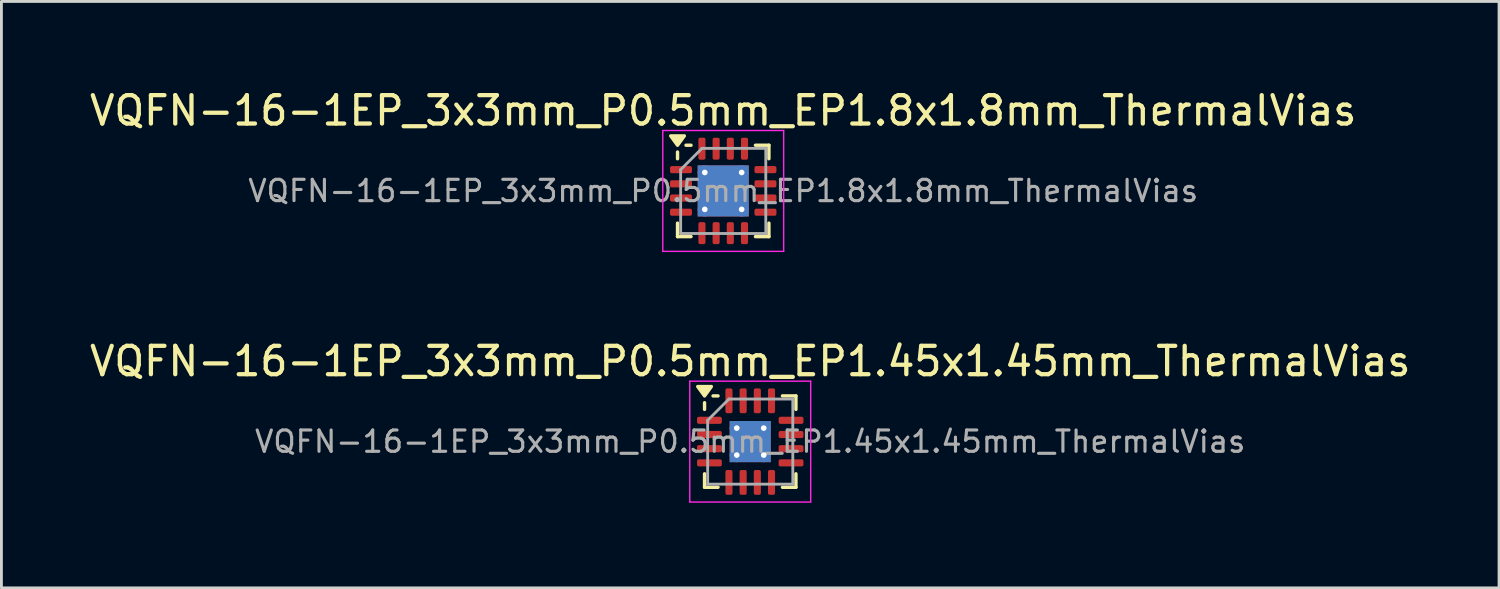
<source format=kicad_pcb>
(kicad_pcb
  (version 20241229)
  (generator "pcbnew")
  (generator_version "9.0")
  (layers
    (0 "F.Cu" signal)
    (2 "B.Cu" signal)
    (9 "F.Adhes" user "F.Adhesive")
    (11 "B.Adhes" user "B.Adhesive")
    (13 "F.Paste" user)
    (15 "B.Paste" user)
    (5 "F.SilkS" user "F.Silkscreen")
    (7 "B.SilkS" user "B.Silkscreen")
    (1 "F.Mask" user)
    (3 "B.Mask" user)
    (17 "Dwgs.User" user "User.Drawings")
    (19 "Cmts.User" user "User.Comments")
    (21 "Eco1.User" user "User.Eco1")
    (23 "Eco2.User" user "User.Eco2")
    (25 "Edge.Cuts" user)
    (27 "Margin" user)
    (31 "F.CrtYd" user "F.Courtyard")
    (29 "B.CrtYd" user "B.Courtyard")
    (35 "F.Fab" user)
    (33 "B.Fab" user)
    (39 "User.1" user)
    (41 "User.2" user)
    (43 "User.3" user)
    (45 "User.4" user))
  (footprint "VQFN-16-1EP_3x3mm_P0.5mm_EP1.45x1.45mm_ThermalVias"
    (layer "F.Cu")
    (at 23.387 12.511)
    (property "Reference" "VQFN-16-1EP_3x3mm_P0.5mm_EP1.45x1.45mm_ThermalVias" (at 0 -2.83 0) (layer "F.SilkS") (effects (font (size 1 1) (thickness 0.15))))
    (attr smd)
    (fp_line (start -1.61 -1.135) (end -1.61 -1.37) (stroke (width 0.12) (type solid)) (layer "F.SilkS"))
    (fp_line (start -1.61 1.61) (end -1.61 1.135) (stroke (width 0.12) (type solid)) (layer "F.SilkS"))
    (fp_line (start -1.135 -1.61) (end -1.31 -1.61) (stroke (width 0.12) (type solid)) (layer "F.SilkS"))
    (fp_line (start -1.135 1.61) (end -1.61 1.61) (stroke (width 0.12) (type solid)) (layer "F.SilkS"))
    (fp_line (start 1.135 -1.61) (end 1.61 -1.61) (stroke (width 0.12) (type solid)) (layer "F.SilkS"))
    (fp_line (start 1.135 1.61) (end 1.61 1.61) (stroke (width 0.12) (type solid)) (layer "F.SilkS"))
    (fp_line (start 1.61 -1.61) (end 1.61 -1.135) (stroke (width 0.12) (type solid)) (layer "F.SilkS"))
    (fp_line (start 1.61 1.61) (end 1.61 1.135) (stroke (width 0.12) (type solid)) (layer "F.SilkS"))
    (fp_poly (pts (xy -1.61 -1.61) (xy -1.85 -1.94) (xy -1.37 -1.94) (xy -1.61 -1.61)) (stroke (width 0.12) (type solid)) (fill yes) (layer "F.SilkS"))
    (fp_line (start -2.13 -2.13) (end -2.13 2.13) (stroke (width 0.05) (type solid)) (layer "F.CrtYd"))
    (fp_line (start -2.13 2.13) (end 2.13 2.13) (stroke (width 0.05) (type solid)) (layer "F.CrtYd"))
    (fp_line (start 2.13 -2.13) (end -2.13 -2.13) (stroke (width 0.05) (type solid)) (layer "F.CrtYd"))
    (fp_line (start 2.13 2.13) (end 2.13 -2.13) (stroke (width 0.05) (type solid)) (layer "F.CrtYd"))
    (fp_line (start -1.5 -0.75) (end -0.75 -1.5) (stroke (width 0.1) (type solid)) (layer "F.Fab"))
    (fp_line (start -1.5 1.5) (end -1.5 -0.75) (stroke (width 0.1) (type solid)) (layer "F.Fab"))
    (fp_line (start -0.75 -1.5) (end 1.5 -1.5) (stroke (width 0.1) (type solid)) (layer "F.Fab"))
    (fp_line (start 1.5 -1.5) (end 1.5 1.5) (stroke (width 0.1) (type solid)) (layer "F.Fab"))
    (fp_line (start 1.5 1.5) (end -1.5 1.5) (stroke (width 0.1) (type solid)) (layer "F.Fab"))
    (fp_text user "${REFERENCE}" (at 0 0 0) (layer "F.Fab") (effects (font (size 0.75 0.75) (thickness 0.11))))
    (pad "" smd roundrect (at -0.41 -0.41) (size 0.63 0.63) (layers "F.Paste") (roundrect_rratio 0.25))
    (pad "" smd roundrect (at -0.41 0.41) (size 0.63 0.63) (layers "F.Paste") (roundrect_rratio 0.25))
    (pad "" smd roundrect (at 0.41 -0.41) (size 0.63 0.63) (layers "F.Paste") (roundrect_rratio 0.25))
    (pad "" smd roundrect (at 0.41 0.4) (size 0.63 0.63) (layers "F.Paste") (roundrect_rratio 0.25))
    (pad "1" smd roundrect (at -1.438 -0.75) (size 0.875 0.25) (layers "F.Cu" "F.Mask" "F.Paste") (roundrect_rratio 0.25))
    (pad "2" smd roundrect (at -1.438 -0.25) (size 0.875 0.25) (layers "F.Cu" "F.Mask" "F.Paste") (roundrect_rratio 0.25))
    (pad "3" smd roundrect (at -1.438 0.25) (size 0.875 0.25) (layers "F.Cu" "F.Mask" "F.Paste") (roundrect_rratio 0.25))
    (pad "4" smd roundrect (at -1.438 0.75) (size 0.875 0.25) (layers "F.Cu" "F.Mask" "F.Paste") (roundrect_rratio 0.25))
    (pad "5" smd roundrect (at -0.75 1.438) (size 0.25 0.875) (layers "F.Cu" "F.Mask" "F.Paste") (roundrect_rratio 0.25))
    (pad "6" smd roundrect (at -0.25 1.438) (size 0.25 0.875) (layers "F.Cu" "F.Mask" "F.Paste") (roundrect_rratio 0.25))
    (pad "7" smd roundrect (at 0.25 1.438) (size 0.25 0.875) (layers "F.Cu" "F.Mask" "F.Paste") (roundrect_rratio 0.25))
    (pad "8" smd roundrect (at 0.75 1.438) (size 0.25 0.875) (layers "F.Cu" "F.Mask" "F.Paste") (roundrect_rratio 0.25))
    (pad "9" smd roundrect (at 1.438 0.75) (size 0.875 0.25) (layers "F.Cu" "F.Mask" "F.Paste") (roundrect_rratio 0.25))
    (pad "10" smd roundrect (at 1.438 0.25) (size 0.875 0.25) (layers "F.Cu" "F.Mask" "F.Paste") (roundrect_rratio 0.25))
    (pad "11" smd roundrect (at 1.438 -0.25) (size 0.875 0.25) (layers "F.Cu" "F.Mask" "F.Paste") (roundrect_rratio 0.25))
    (pad "12" smd roundrect (at 1.438 -0.75) (size 0.875 0.25) (layers "F.Cu" "F.Mask" "F.Paste") (roundrect_rratio 0.25))
    (pad "13" smd roundrect (at 0.75 -1.438) (size 0.25 0.875) (layers "F.Cu" "F.Mask" "F.Paste") (roundrect_rratio 0.25))
    (pad "14" smd roundrect (at 0.25 -1.438) (size 0.25 0.875) (layers "F.Cu" "F.Mask" "F.Paste") (roundrect_rratio 0.25))
    (pad "15" smd roundrect (at -0.25 -1.438) (size 0.25 0.875) (layers "F.Cu" "F.Mask" "F.Paste") (roundrect_rratio 0.25))
    (pad "16" smd roundrect (at -0.75 -1.438) (size 0.25 0.875) (layers "F.Cu" "F.Mask" "F.Paste") (roundrect_rratio 0.25))
    (pad "17" thru_hole circle (at -0.475 -0.475) (size 0.5 0.5) (drill 0.2) (property pad_prop_heatsink) (layers "*.Cu"))
    (pad "17" thru_hole circle (at -0.475 0.475) (size 0.5 0.5) (drill 0.2) (property pad_prop_heatsink) (layers "*.Cu"))
    (pad "17" smd rect (at 0 0) (size 1.45 1.45) (property pad_prop_heatsink) (layers "F.Cu" "F.Mask"))
    (pad "17" smd rect (at 0 0) (size 1.45 1.45) (property pad_prop_heatsink) (layers "B.Cu"))
    (pad "17" thru_hole circle (at 0.475 -0.475) (size 0.5 0.5) (drill 0.2) (property pad_prop_heatsink) (layers "*.Cu"))
    (pad "17" thru_hole circle (at 0.475 0.475) (size 0.5 0.5) (drill 0.2) (property pad_prop_heatsink) (layers "*.Cu")))
  (footprint "VQFN-16-1EP_3x3mm_P0.5mm_EP1.8x1.8mm_ThermalVias"
    (layer "F.Cu")
    (at 22.435 3.678)
    (property "Reference" "VQFN-16-1EP_3x3mm_P0.5mm_EP1.8x1.8mm_ThermalVias" (at 0 -2.83 0) (layer "F.SilkS") (effects (font (size 1 1) (thickness 0.15))))
    (attr smd)
    (fp_line (start -1.61 -1.135) (end -1.61 -1.37) (stroke (width 0.12) (type solid)) (layer "F.SilkS"))
    (fp_line (start -1.61 1.61) (end -1.61 1.135) (stroke (width 0.12) (type solid)) (layer "F.SilkS"))
    (fp_line (start -1.135 -1.61) (end -1.31 -1.61) (stroke (width 0.12) (type solid)) (layer "F.SilkS"))
    (fp_line (start -1.135 1.61) (end -1.61 1.61) (stroke (width 0.12) (type solid)) (layer "F.SilkS"))
    (fp_line (start 1.135 -1.61) (end 1.61 -1.61) (stroke (width 0.12) (type solid)) (layer "F.SilkS"))
    (fp_line (start 1.135 1.61) (end 1.61 1.61) (stroke (width 0.12) (type solid)) (layer "F.SilkS"))
    (fp_line (start 1.61 -1.61) (end 1.61 -1.135) (stroke (width 0.12) (type solid)) (layer "F.SilkS"))
    (fp_line (start 1.61 1.61) (end 1.61 1.135) (stroke (width 0.12) (type solid)) (layer "F.SilkS"))
    (fp_poly (pts (xy -1.61 -1.61) (xy -1.85 -1.94) (xy -1.37 -1.94) (xy -1.61 -1.61)) (stroke (width 0.12) (type solid)) (fill yes) (layer "F.SilkS"))
    (fp_line (start -2.13 -2.13) (end -2.13 2.13) (stroke (width 0.05) (type solid)) (layer "F.CrtYd"))
    (fp_line (start -2.13 2.13) (end 2.13 2.13) (stroke (width 0.05) (type solid)) (layer "F.CrtYd"))
    (fp_line (start 2.13 -2.13) (end -2.13 -2.13) (stroke (width 0.05) (type solid)) (layer "F.CrtYd"))
    (fp_line (start 2.13 2.13) (end 2.13 -2.13) (stroke (width 0.05) (type solid)) (layer "F.CrtYd"))
    (fp_line (start -1.5 -0.75) (end -0.75 -1.5) (stroke (width 0.1) (type solid)) (layer "F.Fab"))
    (fp_line (start -1.5 1.5) (end -1.5 -0.75) (stroke (width 0.1) (type solid)) (layer "F.Fab"))
    (fp_line (start -0.75 -1.5) (end 1.5 -1.5) (stroke (width 0.1) (type solid)) (layer "F.Fab"))
    (fp_line (start 1.5 -1.5) (end 1.5 1.5) (stroke (width 0.1) (type solid)) (layer "F.Fab"))
    (fp_line (start 1.5 1.5) (end -1.5 1.5) (stroke (width 0.1) (type solid)) (layer "F.Fab"))
    (fp_text user "${REFERENCE}" (at 0 0 0) (layer "F.Fab") (effects (font (size 0.75 0.75) (thickness 0.11))))
    (pad "" smd roundrect (at -0.45 -0.45) (size 0.78 0.78) (layers "F.Paste") (roundrect_rratio 0.25))
    (pad "" smd roundrect (at -0.45 0.45) (size 0.78 0.78) (layers "F.Paste") (roundrect_rratio 0.25))
    (pad "" smd roundrect (at 0.45 -0.45) (size 0.78 0.78) (layers "F.Paste") (roundrect_rratio 0.25))
    (pad "" smd roundrect (at 0.45 0.45) (size 0.78 0.78) (layers "F.Paste") (roundrect_rratio 0.25))
    (pad "1" smd roundrect (at -1.488 -0.75) (size 0.775 0.25) (layers "F.Cu" "F.Mask" "F.Paste") (roundrect_rratio 0.25))
    (pad "2" smd roundrect (at -1.488 -0.25) (size 0.775 0.25) (layers "F.Cu" "F.Mask" "F.Paste") (roundrect_rratio 0.25))
    (pad "3" smd roundrect (at -1.488 0.25) (size 0.775 0.25) (layers "F.Cu" "F.Mask" "F.Paste") (roundrect_rratio 0.25))
    (pad "4" smd roundrect (at -1.488 0.75) (size 0.775 0.25) (layers "F.Cu" "F.Mask" "F.Paste") (roundrect_rratio 0.25))
    (pad "5" smd roundrect (at -0.75 1.488) (size 0.25 0.775) (layers "F.Cu" "F.Mask" "F.Paste") (roundrect_rratio 0.25))
    (pad "6" smd roundrect (at -0.25 1.488) (size 0.25 0.775) (layers "F.Cu" "F.Mask" "F.Paste") (roundrect_rratio 0.25))
    (pad "7" smd roundrect (at 0.25 1.488) (size 0.25 0.775) (layers "F.Cu" "F.Mask" "F.Paste") (roundrect_rratio 0.25))
    (pad "8" smd roundrect (at 0.75 1.488) (size 0.25 0.775) (layers "F.Cu" "F.Mask" "F.Paste") (roundrect_rratio 0.25))
    (pad "9" smd roundrect (at 1.488 0.75) (size 0.775 0.25) (layers "F.Cu" "F.Mask" "F.Paste") (roundrect_rratio 0.25))
    (pad "10" smd roundrect (at 1.488 0.25) (size 0.775 0.25) (layers "F.Cu" "F.Mask" "F.Paste") (roundrect_rratio 0.25))
    (pad "11" smd roundrect (at 1.488 -0.25) (size 0.775 0.25) (layers "F.Cu" "F.Mask" "F.Paste") (roundrect_rratio 0.25))
    (pad "12" smd roundrect (at 1.488 -0.75) (size 0.775 0.25) (layers "F.Cu" "F.Mask" "F.Paste") (roundrect_rratio 0.25))
    (pad "13" smd roundrect (at 0.75 -1.488) (size 0.25 0.775) (layers "F.Cu" "F.Mask" "F.Paste") (roundrect_rratio 0.25))
    (pad "14" smd roundrect (at 0.25 -1.488) (size 0.25 0.775) (layers "F.Cu" "F.Mask" "F.Paste") (roundrect_rratio 0.25))
    (pad "15" smd roundrect (at -0.25 -1.488) (size 0.25 0.775) (layers "F.Cu" "F.Mask" "F.Paste") (roundrect_rratio 0.25))
    (pad "16" smd roundrect (at -0.75 -1.488) (size 0.25 0.775) (layers "F.Cu" "F.Mask" "F.Paste") (roundrect_rratio 0.25))
    (pad "17" thru_hole circle (at -0.65 -0.65) (size 0.5 0.5) (drill 0.2) (property pad_prop_heatsink) (layers "*.Cu"))
    (pad "17" thru_hole circle (at -0.65 0.65) (size 0.5 0.5) (drill 0.2) (property pad_prop_heatsink) (layers "*.Cu"))
    (pad "17" smd rect (at 0 0) (size 1.8 1.8) (property pad_prop_heatsink) (layers "F.Cu" "F.Mask"))
    (pad "17" smd rect (at 0 0) (size 1.8 1.8) (property pad_prop_heatsink) (layers "B.Cu"))
    (pad "17" thru_hole circle (at 0.65 -0.65) (size 0.5 0.5) (drill 0.2) (property pad_prop_heatsink) (layers "*.Cu"))
    (pad "17" thru_hole circle (at 0.65 0.65) (size 0.5 0.5) (drill 0.2) (property pad_prop_heatsink) (layers "*.Cu")))
  (gr_rect
    (start -3 -3)
    (end 49.774 17.666)
    (stroke (width 0.1) (type default))
    (fill no)
    (layer "Edge.Cuts")))
</source>
